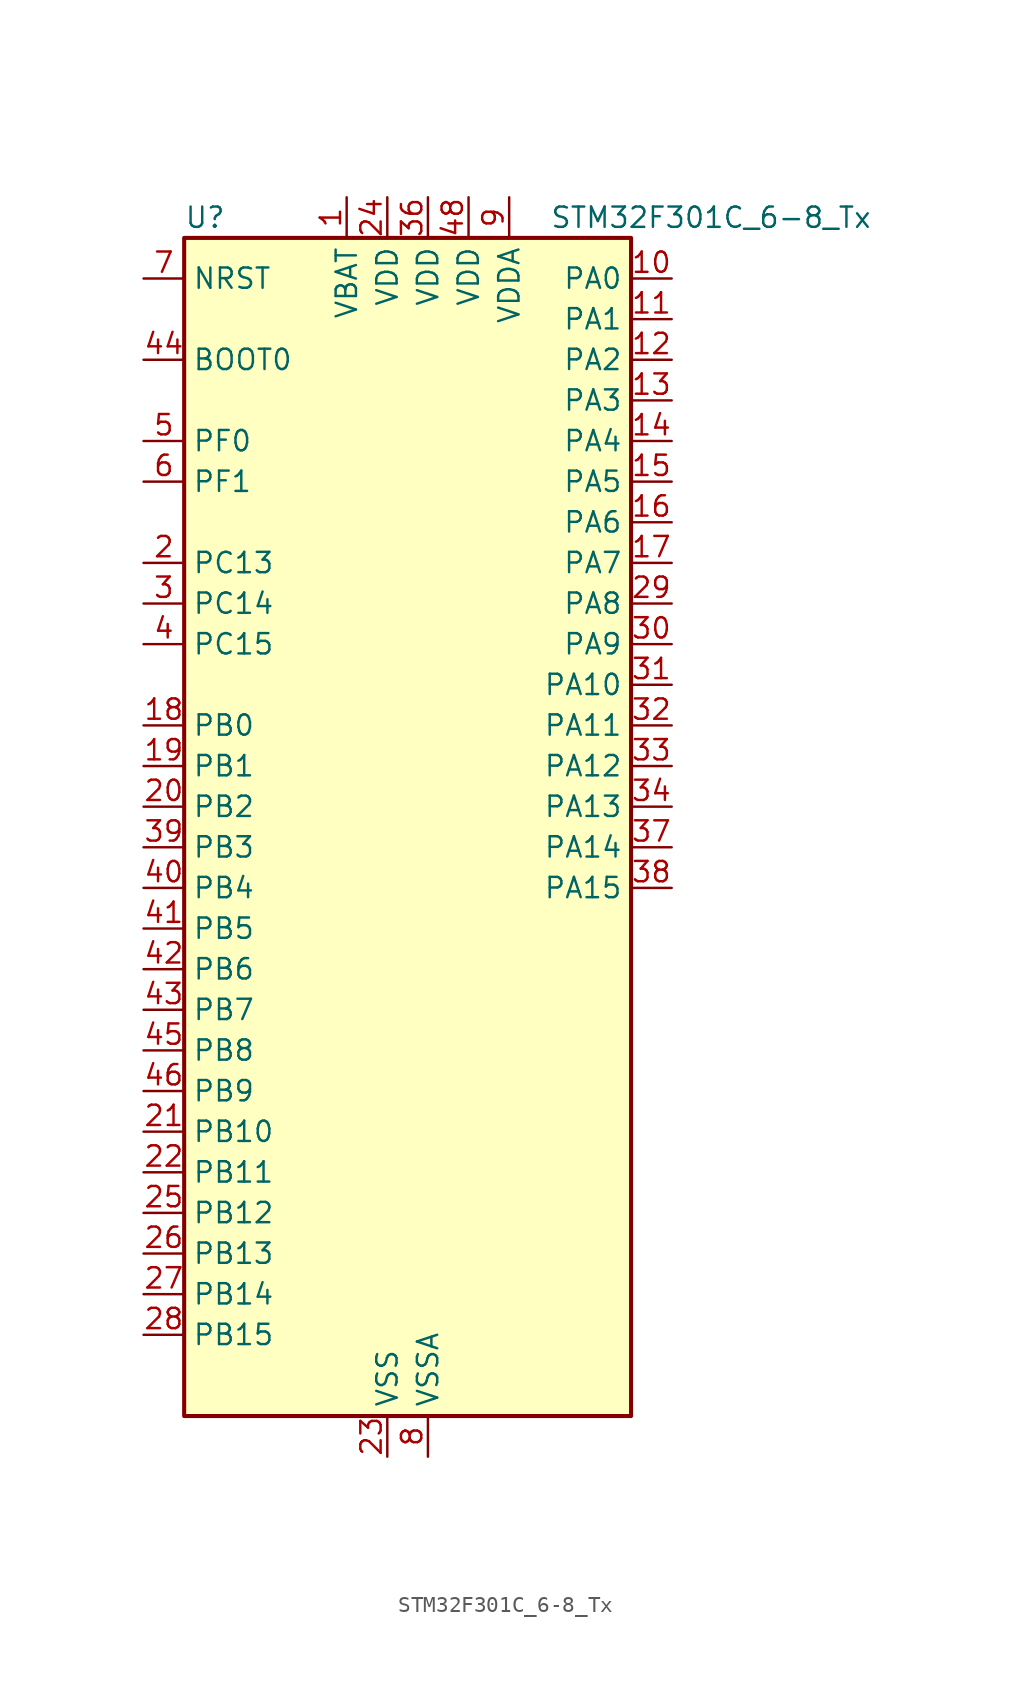
<source format=kicad_sym>
(kicad_symbol_lib
  (version 20220914)
  (generator kicad_symbol_editor)
  (symbol "STM32F301C_6-8_Tx"
    (property "Reference" "U"
      (at -12.7 39.37 0)
      (effects (font (size 1.27 1.27)) (justify left)))
    (property "Value" "STM32F301C_6-8_Tx"
      (at 10.16 39.37 0)
      (effects (font (size 1.27 1.27)) (justify left)))
    (property "ki_locked" ""
      (at 0 0 0)
      (effects (font (size 1.27 1.27))))
    (symbol "STM32F301C_6-8_Tx_0_1"
      (rectangle (start -12.7 -35.56) (end 15.24 38.1) (stroke (width 0.254) (type default)) (fill (type background))))
    (symbol "STM32F301C_6-8_Tx_1_1"
      (pin power_in line (at -2.54 40.64 270) (length 2.54) (name "VBAT" (effects (font (size 1.27 1.27)))) (number "1" (effects (font (size 1.27 1.27)))))
      (pin bidirectional line (at 17.78 35.56 180) (length 2.54) (name "PA0" (effects (font (size 1.27 1.27)))) (number "10" (effects (font (size 1.27 1.27)))) (alternate "ADC1_IN1" bidirectional line) (alternate "RTC_TAMP2" bidirectional line) (alternate "SYS_WKUP1" bidirectional line) (alternate "TIM2_CH1" bidirectional line) (alternate "TIM2_ETR" bidirectional line) (alternate "TSC_G1_IO1" bidirectional line) (alternate "USART2_CTS" bidirectional line))
      (pin bidirectional line (at 17.78 33.02 180) (length 2.54) (name "PA1" (effects (font (size 1.27 1.27)))) (number "11" (effects (font (size 1.27 1.27)))) (alternate "ADC1_IN2" bidirectional line) (alternate "RTC_REFIN" bidirectional line) (alternate "TIM15_CH1N" bidirectional line) (alternate "TIM2_CH2" bidirectional line) (alternate "TSC_G1_IO2" bidirectional line) (alternate "USART2_DE" bidirectional line) (alternate "USART2_RTS" bidirectional line))
      (pin bidirectional line (at 17.78 30.48 180) (length 2.54) (name "PA2" (effects (font (size 1.27 1.27)))) (number "12" (effects (font (size 1.27 1.27)))) (alternate "ADC1_IN3" bidirectional line) (alternate "COMP2_INM" bidirectional line) (alternate "COMP2_OUT" bidirectional line) (alternate "TIM15_CH1" bidirectional line) (alternate "TIM2_CH3" bidirectional line) (alternate "TSC_G1_IO3" bidirectional line) (alternate "USART2_TX" bidirectional line))
      (pin bidirectional line (at 17.78 27.94 180) (length 2.54) (name "PA3" (effects (font (size 1.27 1.27)))) (number "13" (effects (font (size 1.27 1.27)))) (alternate "ADC1_IN4" bidirectional line) (alternate "TIM15_CH2" bidirectional line) (alternate "TIM2_CH4" bidirectional line) (alternate "TSC_G1_IO4" bidirectional line) (alternate "USART2_RX" bidirectional line))
      (pin bidirectional line (at 17.78 25.4 180) (length 2.54) (name "PA4" (effects (font (size 1.27 1.27)))) (number "14" (effects (font (size 1.27 1.27)))) (alternate "ADC1_IN5" bidirectional line) (alternate "COMP2_INM" bidirectional line) (alternate "COMP4_INM" bidirectional line) (alternate "COMP6_INM" bidirectional line) (alternate "DAC_OUT1" bidirectional line) (alternate "I2S3_WS" bidirectional line) (alternate "SPI3_NSS" bidirectional line) (alternate "TSC_G2_IO1" bidirectional line) (alternate "USART2_CK" bidirectional line))
      (pin bidirectional line (at 17.78 22.86 180) (length 2.54) (name "PA5" (effects (font (size 1.27 1.27)))) (number "15" (effects (font (size 1.27 1.27)))) (alternate "OPAMP2_VINM" bidirectional line) (alternate "OPAMP2_VINM_SEC" bidirectional line) (alternate "TIM2_CH1" bidirectional line) (alternate "TIM2_ETR" bidirectional line) (alternate "TSC_G2_IO2" bidirectional line))
      (pin bidirectional line (at 17.78 20.32 180) (length 2.54) (name "PA6" (effects (font (size 1.27 1.27)))) (number "16" (effects (font (size 1.27 1.27)))) (alternate "ADC1_IN10" bidirectional line) (alternate "OPAMP2_VOUT" bidirectional line) (alternate "TIM16_CH1" bidirectional line) (alternate "TIM1_BKIN" bidirectional line) (alternate "TSC_G2_IO3" bidirectional line))
      (pin bidirectional line (at 17.78 17.78 180) (length 2.54) (name "PA7" (effects (font (size 1.27 1.27)))) (number "17" (effects (font (size 1.27 1.27)))) (alternate "ADC1_IN15" bidirectional line) (alternate "COMP2_INP" bidirectional line) (alternate "OPAMP2_VINP" bidirectional line) (alternate "OPAMP2_VINP_SEC" bidirectional line) (alternate "TIM17_CH1" bidirectional line) (alternate "TIM1_CH1N" bidirectional line) (alternate "TSC_G2_IO4" bidirectional line))
      (pin bidirectional line (at -15.24 7.62 0) (length 2.54) (name "PB0" (effects (font (size 1.27 1.27)))) (number "18" (effects (font (size 1.27 1.27)))) (alternate "ADC1_IN11" bidirectional line) (alternate "COMP4_INP" bidirectional line) (alternate "OPAMP2_VINP" bidirectional line) (alternate "OPAMP2_VINP_SEC" bidirectional line) (alternate "TIM1_CH2N" bidirectional line) (alternate "TSC_G3_IO2" bidirectional line))
      (pin bidirectional line (at -15.24 5.08 0) (length 2.54) (name "PB1" (effects (font (size 1.27 1.27)))) (number "19" (effects (font (size 1.27 1.27)))) (alternate "ADC1_IN12" bidirectional line) (alternate "COMP4_OUT" bidirectional line) (alternate "TIM1_CH3N" bidirectional line) (alternate "TSC_G3_IO3" bidirectional line))
      (pin bidirectional line (at -15.24 17.78 0) (length 2.54) (name "PC13" (effects (font (size 1.27 1.27)))) (number "2" (effects (font (size 1.27 1.27)))) (alternate "RTC_OUT_ALARM" bidirectional line) (alternate "RTC_OUT_CALIB" bidirectional line) (alternate "RTC_TAMP1" bidirectional line) (alternate "RTC_TS" bidirectional line) (alternate "SYS_WKUP2" bidirectional line) (alternate "TIM1_CH1N" bidirectional line))
      (pin bidirectional line (at -15.24 2.54 0) (length 2.54) (name "PB2" (effects (font (size 1.27 1.27)))) (number "20" (effects (font (size 1.27 1.27)))) (alternate "COMP4_INM" bidirectional line) (alternate "TSC_G3_IO4" bidirectional line))
      (pin bidirectional line (at -15.24 -17.78 0) (length 2.54) (name "PB10" (effects (font (size 1.27 1.27)))) (number "21" (effects (font (size 1.27 1.27)))) (alternate "TIM2_CH3" bidirectional line) (alternate "TSC_SYNC" bidirectional line) (alternate "USART3_TX" bidirectional line))
      (pin bidirectional line (at -15.24 -20.32 0) (length 2.54) (name "PB11" (effects (font (size 1.27 1.27)))) (number "22" (effects (font (size 1.27 1.27)))) (alternate "ADC1_EXTI11" bidirectional line) (alternate "ADC1_IN14" bidirectional line) (alternate "COMP6_INP" bidirectional line) (alternate "TIM2_CH4" bidirectional line) (alternate "TSC_G6_IO1" bidirectional line) (alternate "USART3_RX" bidirectional line))
      (pin power_in line (at 0 -38.1 90) (length 2.54) (name "VSS" (effects (font (size 1.27 1.27)))) (number "23" (effects (font (size 1.27 1.27)))))
      (pin power_in line (at 0 40.64 270) (length 2.54) (name "VDD" (effects (font (size 1.27 1.27)))) (number "24" (effects (font (size 1.27 1.27)))))
      (pin bidirectional line (at -15.24 -22.86 0) (length 2.54) (name "PB12" (effects (font (size 1.27 1.27)))) (number "25" (effects (font (size 1.27 1.27)))) (alternate "I2C2_SMBA" bidirectional line) (alternate "I2S2_WS" bidirectional line) (alternate "SPI2_NSS" bidirectional line) (alternate "TIM1_BKIN" bidirectional line) (alternate "TSC_G6_IO2" bidirectional line) (alternate "USART3_CK" bidirectional line))
      (pin bidirectional line (at -15.24 -25.4 0) (length 2.54) (name "PB13" (effects (font (size 1.27 1.27)))) (number "26" (effects (font (size 1.27 1.27)))) (alternate "ADC1_IN13" bidirectional line) (alternate "I2S2_CK" bidirectional line) (alternate "SPI2_SCK" bidirectional line) (alternate "TIM1_CH1N" bidirectional line) (alternate "TSC_G6_IO3" bidirectional line) (alternate "USART3_CTS" bidirectional line))
      (pin bidirectional line (at -15.24 -27.94 0) (length 2.54) (name "PB14" (effects (font (size 1.27 1.27)))) (number "27" (effects (font (size 1.27 1.27)))) (alternate "I2S2_ext_SD" bidirectional line) (alternate "OPAMP2_VINP" bidirectional line) (alternate "OPAMP2_VINP_SEC" bidirectional line) (alternate "SPI2_MISO" bidirectional line) (alternate "TIM15_CH1" bidirectional line) (alternate "TIM1_CH2N" bidirectional line) (alternate "TSC_G6_IO4" bidirectional line) (alternate "USART3_DE" bidirectional line) (alternate "USART3_RTS" bidirectional line))
      (pin bidirectional line (at -15.24 -30.48 0) (length 2.54) (name "PB15" (effects (font (size 1.27 1.27)))) (number "28" (effects (font (size 1.27 1.27)))) (alternate "ADC1_EXTI15" bidirectional line) (alternate "COMP6_INM" bidirectional line) (alternate "I2S2_SD" bidirectional line) (alternate "RTC_REFIN" bidirectional line) (alternate "SPI2_MOSI" bidirectional line) (alternate "TIM15_CH1N" bidirectional line) (alternate "TIM15_CH2" bidirectional line) (alternate "TIM1_CH3N" bidirectional line))
      (pin bidirectional line (at 17.78 15.24 180) (length 2.54) (name "PA8" (effects (font (size 1.27 1.27)))) (number "29" (effects (font (size 1.27 1.27)))) (alternate "I2C2_SMBA" bidirectional line) (alternate "I2C3_SCL" bidirectional line) (alternate "I2S2_MCK" bidirectional line) (alternate "RCC_MCO" bidirectional line) (alternate "TIM1_CH1" bidirectional line) (alternate "USART1_CK" bidirectional line))
      (pin bidirectional line (at -15.24 15.24 0) (length 2.54) (name "PC14" (effects (font (size 1.27 1.27)))) (number "3" (effects (font (size 1.27 1.27)))) (alternate "RCC_OSC32_IN" bidirectional line))
      (pin bidirectional line (at 17.78 12.7 180) (length 2.54) (name "PA9" (effects (font (size 1.27 1.27)))) (number "30" (effects (font (size 1.27 1.27)))) (alternate "DAC_EXTI9" bidirectional line) (alternate "I2C2_SCL" bidirectional line) (alternate "I2C3_SMBA" bidirectional line) (alternate "I2S3_MCK" bidirectional line) (alternate "TIM15_BKIN" bidirectional line) (alternate "TIM1_CH2" bidirectional line) (alternate "TIM2_CH3" bidirectional line) (alternate "TSC_G4_IO1" bidirectional line) (alternate "USART1_TX" bidirectional line))
      (pin bidirectional line (at 17.78 10.16 180) (length 2.54) (name "PA10" (effects (font (size 1.27 1.27)))) (number "31" (effects (font (size 1.27 1.27)))) (alternate "COMP6_OUT" bidirectional line) (alternate "I2C2_SDA" bidirectional line) (alternate "I2S2_ext_SD" bidirectional line) (alternate "SPI2_MISO" bidirectional line) (alternate "TIM17_BKIN" bidirectional line) (alternate "TIM1_CH3" bidirectional line) (alternate "TIM2_CH4" bidirectional line) (alternate "TSC_G4_IO2" bidirectional line) (alternate "USART1_RX" bidirectional line))
      (pin bidirectional line (at 17.78 7.62 180) (length 2.54) (name "PA11" (effects (font (size 1.27 1.27)))) (number "32" (effects (font (size 1.27 1.27)))) (alternate "ADC1_EXTI11" bidirectional line) (alternate "I2S2_SD" bidirectional line) (alternate "SPI2_MOSI" bidirectional line) (alternate "TIM1_BKIN2" bidirectional line) (alternate "TIM1_CH1N" bidirectional line) (alternate "TIM1_CH4" bidirectional line) (alternate "USART1_CTS" bidirectional line))
      (pin bidirectional line (at 17.78 5.08 180) (length 2.54) (name "PA12" (effects (font (size 1.27 1.27)))) (number "33" (effects (font (size 1.27 1.27)))) (alternate "COMP2_OUT" bidirectional line) (alternate "I2S_CKIN" bidirectional line) (alternate "TIM16_CH1" bidirectional line) (alternate "TIM1_CH2N" bidirectional line) (alternate "TIM1_ETR" bidirectional line) (alternate "USART1_DE" bidirectional line) (alternate "USART1_RTS" bidirectional line))
      (pin bidirectional line (at 17.78 2.54 180) (length 2.54) (name "PA13" (effects (font (size 1.27 1.27)))) (number "34" (effects (font (size 1.27 1.27)))) (alternate "IR_OUT" bidirectional line) (alternate "SYS_JTMS-SWDIO" bidirectional line) (alternate "TIM16_CH1N" bidirectional line) (alternate "TSC_G4_IO3" bidirectional line) (alternate "USART3_CTS" bidirectional line))
      (pin passive line (at 0 -38.1 90) (length 2.54) hide (name "VSS" (effects (font (size 1.27 1.27)))) (number "35" (effects (font (size 1.27 1.27)))))
      (pin power_in line (at 2.54 40.64 270) (length 2.54) (name "VDD" (effects (font (size 1.27 1.27)))) (number "36" (effects (font (size 1.27 1.27)))))
      (pin bidirectional line (at 17.78 0 180) (length 2.54) (name "PA14" (effects (font (size 1.27 1.27)))) (number "37" (effects (font (size 1.27 1.27)))) (alternate "I2C1_SDA" bidirectional line) (alternate "SYS_JTCK-SWCLK" bidirectional line) (alternate "TIM1_BKIN" bidirectional line) (alternate "TSC_G4_IO4" bidirectional line) (alternate "USART2_TX" bidirectional line))
      (pin bidirectional line (at 17.78 -2.54 180) (length 2.54) (name "PA15" (effects (font (size 1.27 1.27)))) (number "38" (effects (font (size 1.27 1.27)))) (alternate "ADC1_EXTI15" bidirectional line) (alternate "I2C1_SCL" bidirectional line) (alternate "I2S3_WS" bidirectional line) (alternate "SPI3_NSS" bidirectional line) (alternate "SYS_JTDI" bidirectional line) (alternate "TIM1_BKIN" bidirectional line) (alternate "TIM2_CH1" bidirectional line) (alternate "TIM2_ETR" bidirectional line) (alternate "TSC_SYNC" bidirectional line) (alternate "USART2_RX" bidirectional line))
      (pin bidirectional line (at -15.24 0 0) (length 2.54) (name "PB3" (effects (font (size 1.27 1.27)))) (number "39" (effects (font (size 1.27 1.27)))) (alternate "I2S3_CK" bidirectional line) (alternate "SPI3_SCK" bidirectional line) (alternate "SYS_JTDO-TRACESWO" bidirectional line) (alternate "TIM2_CH2" bidirectional line) (alternate "TSC_G5_IO1" bidirectional line) (alternate "USART2_TX" bidirectional line))
      (pin bidirectional line (at -15.24 12.7 0) (length 2.54) (name "PC15" (effects (font (size 1.27 1.27)))) (number "4" (effects (font (size 1.27 1.27)))) (alternate "ADC1_EXTI15" bidirectional line) (alternate "RCC_OSC32_OUT" bidirectional line))
      (pin bidirectional line (at -15.24 -2.54 0) (length 2.54) (name "PB4" (effects (font (size 1.27 1.27)))) (number "40" (effects (font (size 1.27 1.27)))) (alternate "I2S3_ext_SD" bidirectional line) (alternate "SPI3_MISO" bidirectional line) (alternate "SYS_NJTRST" bidirectional line) (alternate "TIM16_CH1" bidirectional line) (alternate "TIM17_BKIN" bidirectional line) (alternate "TSC_G5_IO2" bidirectional line) (alternate "USART2_RX" bidirectional line))
      (pin bidirectional line (at -15.24 -5.08 0) (length 2.54) (name "PB5" (effects (font (size 1.27 1.27)))) (number "41" (effects (font (size 1.27 1.27)))) (alternate "I2C1_SMBA" bidirectional line) (alternate "I2C3_SDA" bidirectional line) (alternate "I2S3_SD" bidirectional line) (alternate "SPI3_MOSI" bidirectional line) (alternate "TIM16_BKIN" bidirectional line) (alternate "TIM17_CH1" bidirectional line) (alternate "USART2_CK" bidirectional line))
      (pin bidirectional line (at -15.24 -7.62 0) (length 2.54) (name "PB6" (effects (font (size 1.27 1.27)))) (number "42" (effects (font (size 1.27 1.27)))) (alternate "I2C1_SCL" bidirectional line) (alternate "TIM16_CH1N" bidirectional line) (alternate "TSC_G5_IO3" bidirectional line) (alternate "USART1_TX" bidirectional line))
      (pin bidirectional line (at -15.24 -10.16 0) (length 2.54) (name "PB7" (effects (font (size 1.27 1.27)))) (number "43" (effects (font (size 1.27 1.27)))) (alternate "I2C1_SDA" bidirectional line) (alternate "TIM17_CH1N" bidirectional line) (alternate "TSC_G5_IO4" bidirectional line) (alternate "USART1_RX" bidirectional line))
      (pin input line (at -15.24 30.48 0) (length 2.54) (name "BOOT0" (effects (font (size 1.27 1.27)))) (number "44" (effects (font (size 1.27 1.27)))))
      (pin bidirectional line (at -15.24 -12.7 0) (length 2.54) (name "PB8" (effects (font (size 1.27 1.27)))) (number "45" (effects (font (size 1.27 1.27)))) (alternate "I2C1_SCL" bidirectional line) (alternate "TIM16_CH1" bidirectional line) (alternate "TIM1_BKIN" bidirectional line) (alternate "TSC_SYNC" bidirectional line) (alternate "USART3_RX" bidirectional line))
      (pin bidirectional line (at -15.24 -15.24 0) (length 2.54) (name "PB9" (effects (font (size 1.27 1.27)))) (number "46" (effects (font (size 1.27 1.27)))) (alternate "COMP2_OUT" bidirectional line) (alternate "DAC_EXTI9" bidirectional line) (alternate "I2C1_SDA" bidirectional line) (alternate "IR_OUT" bidirectional line) (alternate "TIM17_CH1" bidirectional line) (alternate "USART3_TX" bidirectional line))
      (pin passive line (at 0 -38.1 90) (length 2.54) hide (name "VSS" (effects (font (size 1.27 1.27)))) (number "47" (effects (font (size 1.27 1.27)))))
      (pin power_in line (at 5.08 40.64 270) (length 2.54) (name "VDD" (effects (font (size 1.27 1.27)))) (number "48" (effects (font (size 1.27 1.27)))))
      (pin bidirectional line (at -15.24 25.4 0) (length 2.54) (name "PF0" (effects (font (size 1.27 1.27)))) (number "5" (effects (font (size 1.27 1.27)))) (alternate "I2C2_SDA" bidirectional line) (alternate "I2S2_WS" bidirectional line) (alternate "RCC_OSC_IN" bidirectional line) (alternate "SPI2_NSS" bidirectional line) (alternate "TIM1_CH3N" bidirectional line))
      (pin bidirectional line (at -15.24 22.86 0) (length 2.54) (name "PF1" (effects (font (size 1.27 1.27)))) (number "6" (effects (font (size 1.27 1.27)))) (alternate "I2C2_SCL" bidirectional line) (alternate "I2S2_CK" bidirectional line) (alternate "RCC_OSC_OUT" bidirectional line) (alternate "SPI2_SCK" bidirectional line))
      (pin input line (at -15.24 35.56 0) (length 2.54) (name "NRST" (effects (font (size 1.27 1.27)))) (number "7" (effects (font (size 1.27 1.27)))))
      (pin power_in line (at 2.54 -38.1 90) (length 2.54) (name "VSSA" (effects (font (size 1.27 1.27)))) (number "8" (effects (font (size 1.27 1.27)))))
      (pin power_in line (at 7.62 40.64 270) (length 2.54) (name "VDDA" (effects (font (size 1.27 1.27)))) (number "9" (effects (font (size 1.27 1.27))))))))
</source>
